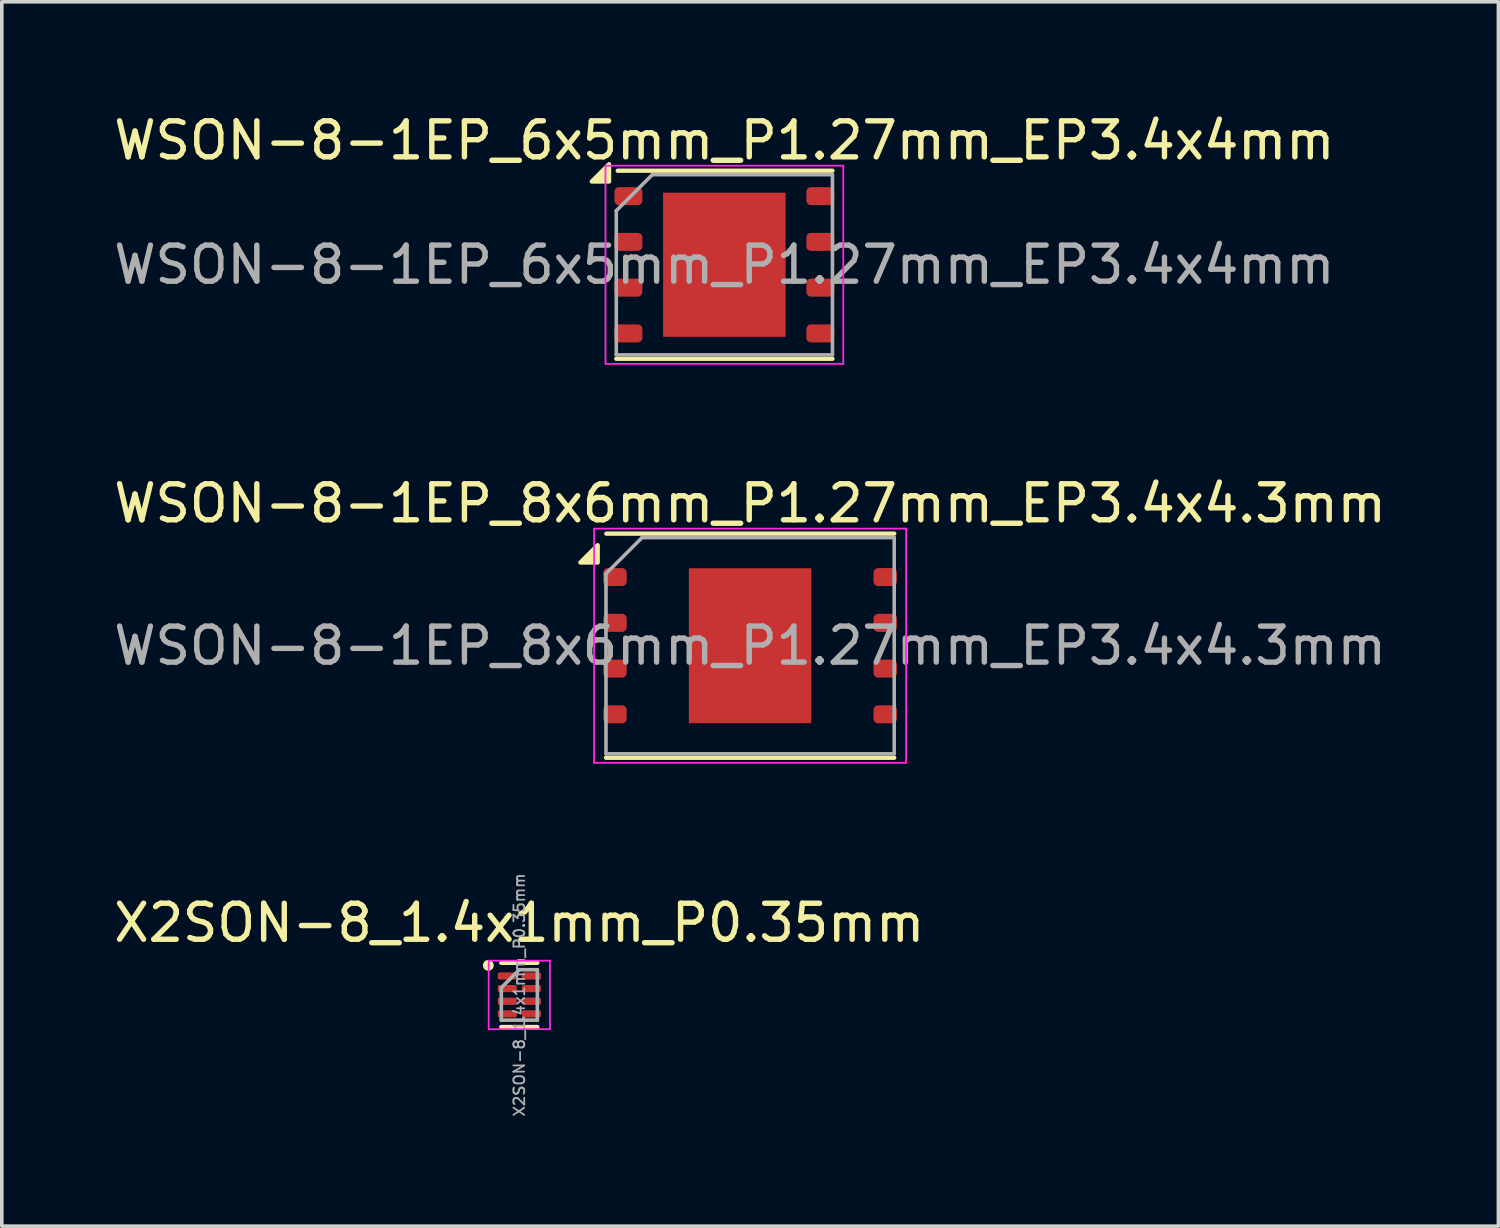
<source format=kicad_pcb>
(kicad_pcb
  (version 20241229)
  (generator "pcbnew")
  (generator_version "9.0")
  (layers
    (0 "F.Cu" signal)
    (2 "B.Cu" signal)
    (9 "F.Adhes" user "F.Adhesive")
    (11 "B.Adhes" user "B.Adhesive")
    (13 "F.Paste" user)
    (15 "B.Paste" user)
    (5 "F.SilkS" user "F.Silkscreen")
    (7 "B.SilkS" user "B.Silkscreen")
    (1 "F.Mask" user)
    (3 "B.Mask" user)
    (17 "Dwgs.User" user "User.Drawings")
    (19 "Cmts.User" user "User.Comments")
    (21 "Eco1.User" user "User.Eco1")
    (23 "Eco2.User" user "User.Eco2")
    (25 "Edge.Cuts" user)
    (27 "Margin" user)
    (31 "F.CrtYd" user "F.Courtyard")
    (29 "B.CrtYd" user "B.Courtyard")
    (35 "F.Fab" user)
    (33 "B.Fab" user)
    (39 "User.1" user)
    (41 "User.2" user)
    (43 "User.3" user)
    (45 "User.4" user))
  (footprint "X2SON-8_1.4x1mm_P0.35mm"
    (layer "F.Cu")
    (at 11.363 24.563)
    (property "Reference" "X2SON-8_1.4x1mm_P0.35mm" (at 0 -2 0) (layer "F.SilkS") (effects (font (size 1 1) (thickness 0.15))))
    (attr smd)
    (fp_line (start 0.5 -0.89) (end -0.5 -0.89) (stroke (width 0.12) (type solid)) (layer "F.SilkS"))
    (fp_line (start 0.5 0.89) (end -0.5 0.89) (stroke (width 0.12) (type solid)) (layer "F.SilkS"))
    (fp_circle (center -0.86 -0.82) (end -0.71 -0.82) (stroke (width 0) (type solid)) (fill yes) (layer "F.SilkS"))
    (fp_line (start -0.85 -0.95) (end 0.85 -0.95) (stroke (width 0.05) (type solid)) (layer "F.CrtYd"))
    (fp_line (start -0.85 0.95) (end -0.85 -0.95) (stroke (width 0.05) (type solid)) (layer "F.CrtYd"))
    (fp_line (start 0.85 -0.95) (end 0.85 0.95) (stroke (width 0.05) (type solid)) (layer "F.CrtYd"))
    (fp_line (start 0.85 0.95) (end -0.85 0.95) (stroke (width 0.05) (type solid)) (layer "F.CrtYd"))
    (fp_line (start -0.5 0.7) (end -0.5 -0.2) (stroke (width 0.1) (type solid)) (layer "F.Fab"))
    (fp_line (start 0 -0.7) (end -0.5 -0.2) (stroke (width 0.1) (type solid)) (layer "F.Fab"))
    (fp_line (start 0 -0.7) (end 0.5 -0.7) (stroke (width 0.1) (type solid)) (layer "F.Fab"))
    (fp_line (start 0.5 -0.7) (end 0.5 0.7) (stroke (width 0.1) (type solid)) (layer "F.Fab"))
    (fp_line (start 0.5 0.7) (end -0.5 0.7) (stroke (width 0.1) (type solid)) (layer "F.Fab"))
    (fp_text user "${REFERENCE}" (at 0 0 90) (layer "F.Fab") (effects (font (size 0.3 0.3) (thickness 0.05))))
    (pad "1" smd roundrect (at -0.335 -0.525 270) (size 0.2 0.53) (layers "F.Cu" "F.Mask" "F.Paste") (roundrect_rratio 0.25))
    (pad "2" smd roundrect (at -0.335 -0.175 270) (size 0.2 0.53) (layers "F.Cu" "F.Mask" "F.Paste") (roundrect_rratio 0.25))
    (pad "3" smd roundrect (at -0.335 0.175 270) (size 0.2 0.53) (layers "F.Cu" "F.Mask" "F.Paste") (roundrect_rratio 0.25))
    (pad "4" smd roundrect (at -0.335 0.525 270) (size 0.2 0.53) (layers "F.Cu" "F.Mask" "F.Paste") (roundrect_rratio 0.25))
    (pad "5" smd roundrect (at 0.335 0.525 270) (size 0.2 0.53) (layers "F.Cu" "F.Mask" "F.Paste") (roundrect_rratio 0.25))
    (pad "6" smd roundrect (at 0.335 0.175 270) (size 0.2 0.53) (layers "F.Cu" "F.Mask" "F.Paste") (roundrect_rratio 0.25))
    (pad "7" smd roundrect (at 0.335 -0.175 270) (size 0.2 0.53) (layers "F.Cu" "F.Mask" "F.Paste") (roundrect_rratio 0.25))
    (pad "8" smd roundrect (at 0.335 -0.525 270) (size 0.2 0.53) (layers "F.Cu" "F.Mask" "F.Paste") (roundrect_rratio 0.25)))
  (footprint "WSON-8-1EP_6x5mm_P1.27mm_EP3.4x4mm"
    (layer "F.Cu")
    (at 17.054 4.298)
    (property "Reference" "WSON-8-1EP_6x5mm_P1.27mm_EP3.4x4mm" (at 0 -3.45 0) (layer "F.SilkS") (effects (font (size 1 1) (thickness 0.15))))
    (attr smd)
    (fp_line (start -3 2.61) (end 3 2.61) (stroke (width 0.12) (type solid)) (layer "F.SilkS"))
    (fp_line (start -2.96 -2.61) (end 3 -2.61) (stroke (width 0.12) (type solid)) (layer "F.SilkS"))
    (fp_poly (pts (xy -3.2 -2.31) (xy -3.68 -2.31) (xy -3.2 -2.79) (xy -3.2 -2.31)) (stroke (width 0.12) (type solid)) (fill yes) (layer "F.SilkS"))
    (fp_line (start -3.3 -2.75) (end -3.3 2.75) (stroke (width 0.05) (type solid)) (layer "F.CrtYd"))
    (fp_line (start -3.3 2.75) (end 3.3 2.75) (stroke (width 0.05) (type solid)) (layer "F.CrtYd"))
    (fp_line (start 3.3 -2.75) (end -3.3 -2.75) (stroke (width 0.05) (type solid)) (layer "F.CrtYd"))
    (fp_line (start 3.3 2.75) (end 3.3 -2.75) (stroke (width 0.05) (type solid)) (layer "F.CrtYd"))
    (fp_line (start -3 -1.5) (end -2 -2.5) (stroke (width 0.1) (type solid)) (layer "F.Fab"))
    (fp_line (start -3 2.5) (end -3 -1.5) (stroke (width 0.1) (type solid)) (layer "F.Fab"))
    (fp_line (start -2 -2.5) (end 3 -2.5) (stroke (width 0.1) (type solid)) (layer "F.Fab"))
    (fp_line (start 3 -2.5) (end 3 2.5) (stroke (width 0.1) (type solid)) (layer "F.Fab"))
    (fp_line (start 3 2.5) (end -3 2.5) (stroke (width 0.1) (type solid)) (layer "F.Fab"))
    (fp_text user "${REFERENCE}" (at 0 0 0) (layer "F.Fab") (effects (font (size 1 1) (thickness 0.15))))
    (pad "" smd roundrect (at -0.85 -1) (size 1.37 1.61) (layers "F.Paste") (roundrect_rratio 0.182))
    (pad "" smd roundrect (at -0.85 1) (size 1.37 1.61) (layers "F.Paste") (roundrect_rratio 0.182))
    (pad "" smd roundrect (at 0.85 -1) (size 1.37 1.61) (layers "F.Paste") (roundrect_rratio 0.182))
    (pad "" smd roundrect (at 0.85 1) (size 1.37 1.61) (layers "F.Paste") (roundrect_rratio 0.182))
    (pad "1" smd roundrect (at -2.663 -1.905) (size 0.775 0.5) (layers "F.Cu" "F.Mask" "F.Paste") (roundrect_rratio 0.25))
    (pad "2" smd roundrect (at -2.663 -0.635) (size 0.775 0.5) (layers "F.Cu" "F.Mask" "F.Paste") (roundrect_rratio 0.25))
    (pad "3" smd roundrect (at -2.663 0.635) (size 0.775 0.5) (layers "F.Cu" "F.Mask" "F.Paste") (roundrect_rratio 0.25))
    (pad "4" smd roundrect (at -2.663 1.905) (size 0.775 0.5) (layers "F.Cu" "F.Mask" "F.Paste") (roundrect_rratio 0.25))
    (pad "5" smd roundrect (at 2.663 1.905) (size 0.775 0.5) (layers "F.Cu" "F.Mask" "F.Paste") (roundrect_rratio 0.25))
    (pad "6" smd roundrect (at 2.663 0.635) (size 0.775 0.5) (layers "F.Cu" "F.Mask" "F.Paste") (roundrect_rratio 0.25))
    (pad "7" smd roundrect (at 2.663 -0.635) (size 0.775 0.5) (layers "F.Cu" "F.Mask" "F.Paste") (roundrect_rratio 0.25))
    (pad "8" smd roundrect (at 2.663 -1.905) (size 0.775 0.5) (layers "F.Cu" "F.Mask" "F.Paste") (roundrect_rratio 0.25))
    (pad "9" smd rect (at 0 0) (size 3.4 4) (property pad_prop_heatsink) (layers "F.Cu" "F.Mask")))
  (footprint "WSON-8-1EP_8x6mm_P1.27mm_EP3.4x4.3mm"
    (layer "F.Cu")
    (at 17.768 14.871)
    (property "Reference" "WSON-8-1EP_8x6mm_P1.27mm_EP3.4x4.3mm" (at 0 -3.95 0) (layer "F.SilkS") (effects (font (size 1 1) (thickness 0.15))))
    (attr smd)
    (fp_line (start -4 3.11) (end 4 3.11) (stroke (width 0.12) (type solid)) (layer "F.SilkS"))
    (fp_line (start -3.99 -3.11) (end 4 -3.11) (stroke (width 0.12) (type solid)) (layer "F.SilkS"))
    (fp_poly (pts (xy -4.23 -2.31) (xy -4.71 -2.31) (xy -4.23 -2.79) (xy -4.23 -2.31)) (stroke (width 0.12) (type solid)) (fill yes) (layer "F.SilkS"))
    (fp_line (start -4.33 -3.25) (end -4.33 3.25) (stroke (width 0.05) (type solid)) (layer "F.CrtYd"))
    (fp_line (start -4.33 3.25) (end 4.33 3.25) (stroke (width 0.05) (type solid)) (layer "F.CrtYd"))
    (fp_line (start 4.33 -3.25) (end -4.33 -3.25) (stroke (width 0.05) (type solid)) (layer "F.CrtYd"))
    (fp_line (start 4.33 3.25) (end 4.33 -3.25) (stroke (width 0.05) (type solid)) (layer "F.CrtYd"))
    (fp_line (start -4 -2) (end -3 -3) (stroke (width 0.1) (type solid)) (layer "F.Fab"))
    (fp_line (start -4 3) (end -4 -2) (stroke (width 0.1) (type solid)) (layer "F.Fab"))
    (fp_line (start -3 -3) (end 4 -3) (stroke (width 0.1) (type solid)) (layer "F.Fab"))
    (fp_line (start 4 -3) (end 4 3) (stroke (width 0.1) (type solid)) (layer "F.Fab"))
    (fp_line (start 4 3) (end -4 3) (stroke (width 0.1) (type solid)) (layer "F.Fab"))
    (fp_text user "${REFERENCE}" (at 0 0 0) (layer "F.Fab") (effects (font (size 1 1) (thickness 0.15))))
    (pad "" smd roundrect (at -0.85 -1.075) (size 1.37 1.73) (layers "F.Paste") (roundrect_rratio 0.182))
    (pad "" smd roundrect (at -0.85 1.075) (size 1.37 1.73) (layers "F.Paste") (roundrect_rratio 0.182))
    (pad "" smd roundrect (at 0.85 -1.075) (size 1.37 1.73) (layers "F.Paste") (roundrect_rratio 0.182))
    (pad "" smd roundrect (at 0.85 1.075) (size 1.37 1.73) (layers "F.Paste") (roundrect_rratio 0.182))
    (pad "1" smd roundrect (at -3.75 -1.905) (size 0.65 0.5) (layers "F.Cu" "F.Mask" "F.Paste") (roundrect_rratio 0.25))
    (pad "2" smd roundrect (at -3.75 -0.635) (size 0.65 0.5) (layers "F.Cu" "F.Mask" "F.Paste") (roundrect_rratio 0.25))
    (pad "3" smd roundrect (at -3.75 0.635) (size 0.65 0.5) (layers "F.Cu" "F.Mask" "F.Paste") (roundrect_rratio 0.25))
    (pad "4" smd roundrect (at -3.75 1.905) (size 0.65 0.5) (layers "F.Cu" "F.Mask" "F.Paste") (roundrect_rratio 0.25))
    (pad "5" smd roundrect (at 3.75 1.905) (size 0.65 0.5) (layers "F.Cu" "F.Mask" "F.Paste") (roundrect_rratio 0.25))
    (pad "6" smd roundrect (at 3.75 0.635) (size 0.65 0.5) (layers "F.Cu" "F.Mask" "F.Paste") (roundrect_rratio 0.25))
    (pad "7" smd roundrect (at 3.75 -0.635) (size 0.65 0.5) (layers "F.Cu" "F.Mask" "F.Paste") (roundrect_rratio 0.25))
    (pad "8" smd roundrect (at 3.75 -1.905) (size 0.65 0.5) (layers "F.Cu" "F.Mask" "F.Paste") (roundrect_rratio 0.25))
    (pad "9" smd rect (at 0 0) (size 3.4 4.3) (property pad_prop_heatsink) (layers "F.Cu" "F.Mask")))
  (gr_rect
    (start -3 -3)
    (end 38.536 30.979)
    (stroke (width 0.1) (type default))
    (fill no)
    (layer "Edge.Cuts")))
</source>
